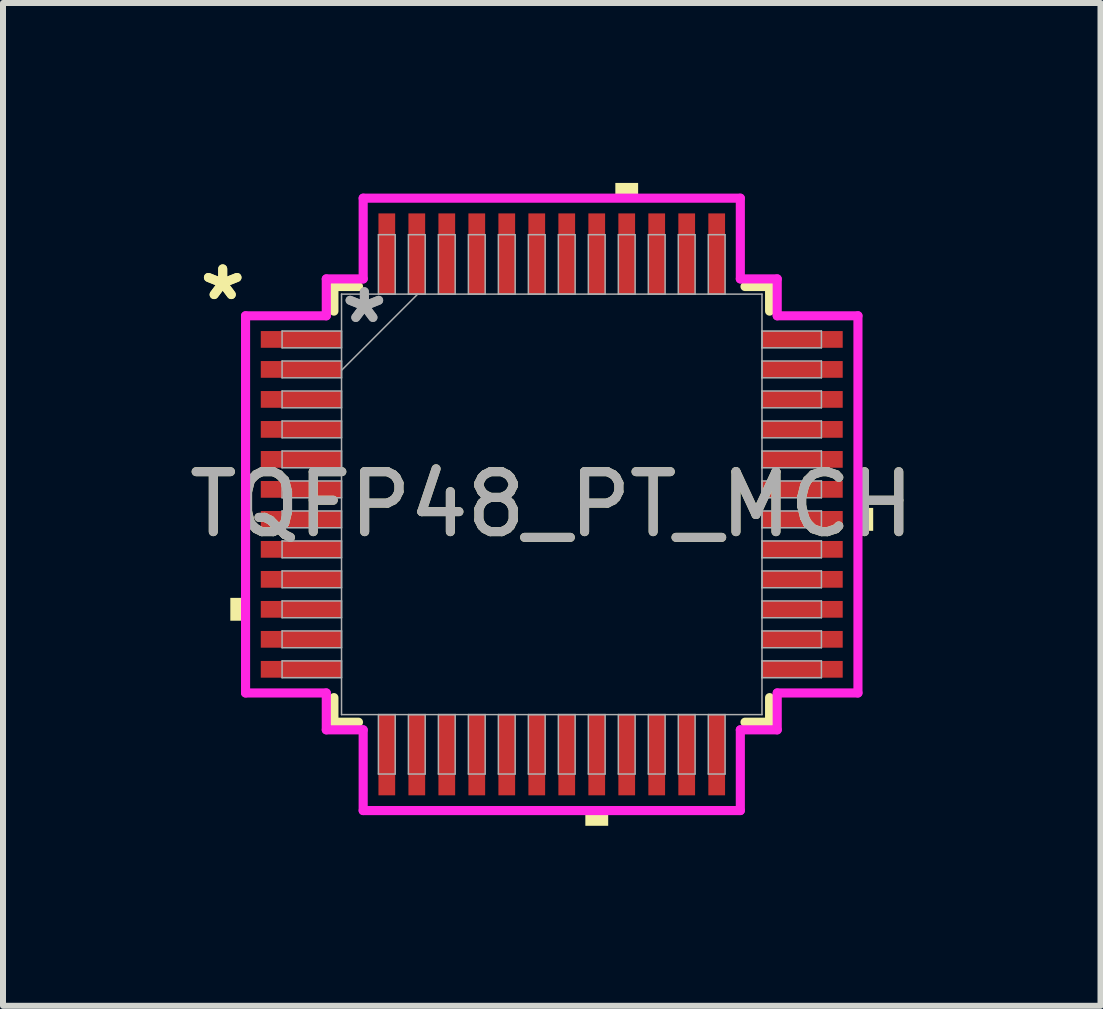
<source format=kicad_pcb>
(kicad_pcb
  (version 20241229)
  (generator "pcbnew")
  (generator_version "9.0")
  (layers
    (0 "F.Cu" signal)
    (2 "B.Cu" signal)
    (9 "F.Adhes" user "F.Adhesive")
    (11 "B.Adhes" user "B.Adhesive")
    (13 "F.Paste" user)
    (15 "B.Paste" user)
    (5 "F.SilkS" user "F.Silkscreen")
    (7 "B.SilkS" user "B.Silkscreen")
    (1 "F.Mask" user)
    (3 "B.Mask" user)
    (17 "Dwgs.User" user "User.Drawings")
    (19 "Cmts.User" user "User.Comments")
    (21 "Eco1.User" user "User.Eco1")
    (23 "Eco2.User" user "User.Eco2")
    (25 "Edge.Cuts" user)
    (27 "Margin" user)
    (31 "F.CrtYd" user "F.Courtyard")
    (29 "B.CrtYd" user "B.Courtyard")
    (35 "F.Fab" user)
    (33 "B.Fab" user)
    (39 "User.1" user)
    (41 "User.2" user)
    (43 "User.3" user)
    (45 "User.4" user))
  (footprint "TQFP48_PT_MCH"
    (layer "F.Cu")
    (at 6.149 5.359)
    (property "Reference" "TQFP48_PT_MCH" (at 0 0 0) (unlocked yes) (layer "F.SilkS") (effects (font (size 1 1) (thickness 0.15))))
    (attr smd)
    (fp_line (start -3.632 -3.632) (end -3.632 -3.222) (stroke (width 0.152) (type solid)) (layer "F.SilkS"))
    (fp_line (start -3.632 3.222) (end -3.632 3.632) (stroke (width 0.152) (type solid)) (layer "F.SilkS"))
    (fp_line (start -3.632 3.632) (end -3.222 3.632) (stroke (width 0.152) (type solid)) (layer "F.SilkS"))
    (fp_line (start -3.222 -3.632) (end -3.632 -3.632) (stroke (width 0.152) (type solid)) (layer "F.SilkS"))
    (fp_line (start 3.222 3.632) (end 3.632 3.632) (stroke (width 0.152) (type solid)) (layer "F.SilkS"))
    (fp_line (start 3.632 -3.632) (end 3.222 -3.632) (stroke (width 0.152) (type solid)) (layer "F.SilkS"))
    (fp_line (start 3.632 -3.222) (end 3.632 -3.632) (stroke (width 0.152) (type solid)) (layer "F.SilkS"))
    (fp_line (start 3.632 3.632) (end 3.632 3.222) (stroke (width 0.152) (type solid)) (layer "F.SilkS"))
    (fp_poly (pts (xy -5.359 1.559) (xy -5.359 1.94) (xy -5.105 1.94) (xy -5.105 1.559)) (stroke (width 0) (type solid)) (fill yes) (layer "F.SilkS"))
    (fp_poly (pts (xy 0.56 5.105) (xy 0.56 5.359) (xy 0.941 5.359) (xy 0.941 5.105)) (stroke (width 0) (type solid)) (fill yes) (layer "F.SilkS"))
    (fp_poly (pts (xy 1.06 -5.105) (xy 1.06 -5.359) (xy 1.44 -5.359) (xy 1.44 -5.105)) (stroke (width 0) (type solid)) (fill yes) (layer "F.SilkS"))
    (fp_poly (pts (xy 5.359 0.059) (xy 5.359 0.441) (xy 5.105 0.441) (xy 5.105 0.059)) (stroke (width 0) (type solid)) (fill yes) (layer "F.SilkS"))
    (fp_line (start -5.105 -3.144) (end -3.759 -3.144) (stroke (width 0.152) (type solid)) (layer "F.CrtYd"))
    (fp_line (start -5.105 3.144) (end -5.105 -3.144) (stroke (width 0.152) (type solid)) (layer "F.CrtYd"))
    (fp_line (start -3.759 -3.759) (end -3.144 -3.759) (stroke (width 0.152) (type solid)) (layer "F.CrtYd"))
    (fp_line (start -3.759 -3.144) (end -3.759 -3.759) (stroke (width 0.152) (type solid)) (layer "F.CrtYd"))
    (fp_line (start -3.759 3.144) (end -5.105 3.144) (stroke (width 0.152) (type solid)) (layer "F.CrtYd"))
    (fp_line (start -3.759 3.759) (end -3.759 3.144) (stroke (width 0.152) (type solid)) (layer "F.CrtYd"))
    (fp_line (start -3.759 3.759) (end -3.144 3.759) (stroke (width 0.152) (type solid)) (layer "F.CrtYd"))
    (fp_line (start -3.144 -5.105) (end 3.144 -5.105) (stroke (width 0.152) (type solid)) (layer "F.CrtYd"))
    (fp_line (start -3.144 -3.759) (end -3.144 -5.105) (stroke (width 0.152) (type solid)) (layer "F.CrtYd"))
    (fp_line (start -3.144 3.759) (end -3.144 5.105) (stroke (width 0.152) (type solid)) (layer "F.CrtYd"))
    (fp_line (start -3.144 5.105) (end 3.144 5.105) (stroke (width 0.152) (type solid)) (layer "F.CrtYd"))
    (fp_line (start 3.144 -5.105) (end 3.144 -3.759) (stroke (width 0.152) (type solid)) (layer "F.CrtYd"))
    (fp_line (start 3.144 -3.759) (end 3.759 -3.759) (stroke (width 0.152) (type solid)) (layer "F.CrtYd"))
    (fp_line (start 3.144 3.759) (end 3.759 3.759) (stroke (width 0.152) (type solid)) (layer "F.CrtYd"))
    (fp_line (start 3.144 5.105) (end 3.144 3.759) (stroke (width 0.152) (type solid)) (layer "F.CrtYd"))
    (fp_line (start 3.759 -3.144) (end 3.759 -3.759) (stroke (width 0.152) (type solid)) (layer "F.CrtYd"))
    (fp_line (start 3.759 3.144) (end 5.105 3.144) (stroke (width 0.152) (type solid)) (layer "F.CrtYd"))
    (fp_line (start 3.759 3.759) (end 3.759 3.144) (stroke (width 0.152) (type solid)) (layer "F.CrtYd"))
    (fp_line (start 5.105 -3.144) (end 3.759 -3.144) (stroke (width 0.152) (type solid)) (layer "F.CrtYd"))
    (fp_line (start 5.105 3.144) (end 5.105 -3.144) (stroke (width 0.152) (type solid)) (layer "F.CrtYd"))
    (fp_line (start -4.496 -2.89) (end -4.496 -2.61) (stroke (width 0.025) (type solid)) (layer "F.Fab"))
    (fp_line (start -4.496 -2.61) (end -3.505 -2.61) (stroke (width 0.025) (type solid)) (layer "F.Fab"))
    (fp_line (start -4.496 -2.39) (end -4.496 -2.11) (stroke (width 0.025) (type solid)) (layer "F.Fab"))
    (fp_line (start -4.496 -2.11) (end -3.505 -2.11) (stroke (width 0.025) (type solid)) (layer "F.Fab"))
    (fp_line (start -4.496 -1.89) (end -4.496 -1.61) (stroke (width 0.025) (type solid)) (layer "F.Fab"))
    (fp_line (start -4.496 -1.61) (end -3.505 -1.61) (stroke (width 0.025) (type solid)) (layer "F.Fab"))
    (fp_line (start -4.496 -1.39) (end -4.496 -1.11) (stroke (width 0.025) (type solid)) (layer "F.Fab"))
    (fp_line (start -4.496 -1.11) (end -3.505 -1.11) (stroke (width 0.025) (type solid)) (layer "F.Fab"))
    (fp_line (start -4.496 -0.89) (end -4.496 -0.61) (stroke (width 0.025) (type solid)) (layer "F.Fab"))
    (fp_line (start -4.496 -0.61) (end -3.505 -0.61) (stroke (width 0.025) (type solid)) (layer "F.Fab"))
    (fp_line (start -4.496 -0.39) (end -4.496 -0.11) (stroke (width 0.025) (type solid)) (layer "F.Fab"))
    (fp_line (start -4.496 -0.11) (end -3.505 -0.11) (stroke (width 0.025) (type solid)) (layer "F.Fab"))
    (fp_line (start -4.496 0.11) (end -4.496 0.39) (stroke (width 0.025) (type solid)) (layer "F.Fab"))
    (fp_line (start -4.496 0.39) (end -3.505 0.39) (stroke (width 0.025) (type solid)) (layer "F.Fab"))
    (fp_line (start -4.496 0.61) (end -4.496 0.89) (stroke (width 0.025) (type solid)) (layer "F.Fab"))
    (fp_line (start -4.496 0.89) (end -3.505 0.89) (stroke (width 0.025) (type solid)) (layer "F.Fab"))
    (fp_line (start -4.496 1.11) (end -4.496 1.39) (stroke (width 0.025) (type solid)) (layer "F.Fab"))
    (fp_line (start -4.496 1.39) (end -3.505 1.39) (stroke (width 0.025) (type solid)) (layer "F.Fab"))
    (fp_line (start -4.496 1.61) (end -4.496 1.89) (stroke (width 0.025) (type solid)) (layer "F.Fab"))
    (fp_line (start -4.496 1.89) (end -3.505 1.89) (stroke (width 0.025) (type solid)) (layer "F.Fab"))
    (fp_line (start -4.496 2.11) (end -4.496 2.39) (stroke (width 0.025) (type solid)) (layer "F.Fab"))
    (fp_line (start -4.496 2.39) (end -3.505 2.39) (stroke (width 0.025) (type solid)) (layer "F.Fab"))
    (fp_line (start -4.496 2.61) (end -4.496 2.89) (stroke (width 0.025) (type solid)) (layer "F.Fab"))
    (fp_line (start -4.496 2.89) (end -3.505 2.89) (stroke (width 0.025) (type solid)) (layer "F.Fab"))
    (fp_line (start -3.505 -3.505) (end -3.505 3.505) (stroke (width 0.025) (type solid)) (layer "F.Fab"))
    (fp_line (start -3.505 -2.89) (end -4.496 -2.89) (stroke (width 0.025) (type solid)) (layer "F.Fab"))
    (fp_line (start -3.505 -2.61) (end -3.505 -2.89) (stroke (width 0.025) (type solid)) (layer "F.Fab"))
    (fp_line (start -3.505 -2.39) (end -4.496 -2.39) (stroke (width 0.025) (type solid)) (layer "F.Fab"))
    (fp_line (start -3.505 -2.235) (end -2.235 -3.505) (stroke (width 0.025) (type solid)) (layer "F.Fab"))
    (fp_line (start -3.505 -2.11) (end -3.505 -2.39) (stroke (width 0.025) (type solid)) (layer "F.Fab"))
    (fp_line (start -3.505 -1.89) (end -4.496 -1.89) (stroke (width 0.025) (type solid)) (layer "F.Fab"))
    (fp_line (start -3.505 -1.61) (end -3.505 -1.89) (stroke (width 0.025) (type solid)) (layer "F.Fab"))
    (fp_line (start -3.505 -1.39) (end -4.496 -1.39) (stroke (width 0.025) (type solid)) (layer "F.Fab"))
    (fp_line (start -3.505 -1.11) (end -3.505 -1.39) (stroke (width 0.025) (type solid)) (layer "F.Fab"))
    (fp_line (start -3.505 -0.89) (end -4.496 -0.89) (stroke (width 0.025) (type solid)) (layer "F.Fab"))
    (fp_line (start -3.505 -0.61) (end -3.505 -0.89) (stroke (width 0.025) (type solid)) (layer "F.Fab"))
    (fp_line (start -3.505 -0.39) (end -4.496 -0.39) (stroke (width 0.025) (type solid)) (layer "F.Fab"))
    (fp_line (start -3.505 -0.11) (end -3.505 -0.39) (stroke (width 0.025) (type solid)) (layer "F.Fab"))
    (fp_line (start -3.505 0.11) (end -4.496 0.11) (stroke (width 0.025) (type solid)) (layer "F.Fab"))
    (fp_line (start -3.505 0.39) (end -3.505 0.11) (stroke (width 0.025) (type solid)) (layer "F.Fab"))
    (fp_line (start -3.505 0.61) (end -4.496 0.61) (stroke (width 0.025) (type solid)) (layer "F.Fab"))
    (fp_line (start -3.505 0.89) (end -3.505 0.61) (stroke (width 0.025) (type solid)) (layer "F.Fab"))
    (fp_line (start -3.505 1.11) (end -4.496 1.11) (stroke (width 0.025) (type solid)) (layer "F.Fab"))
    (fp_line (start -3.505 1.39) (end -3.505 1.11) (stroke (width 0.025) (type solid)) (layer "F.Fab"))
    (fp_line (start -3.505 1.61) (end -4.496 1.61) (stroke (width 0.025) (type solid)) (layer "F.Fab"))
    (fp_line (start -3.505 1.89) (end -3.505 1.61) (stroke (width 0.025) (type solid)) (layer "F.Fab"))
    (fp_line (start -3.505 2.11) (end -4.496 2.11) (stroke (width 0.025) (type solid)) (layer "F.Fab"))
    (fp_line (start -3.505 2.39) (end -3.505 2.11) (stroke (width 0.025) (type solid)) (layer "F.Fab"))
    (fp_line (start -3.505 2.61) (end -4.496 2.61) (stroke (width 0.025) (type solid)) (layer "F.Fab"))
    (fp_line (start -3.505 2.89) (end -3.505 2.61) (stroke (width 0.025) (type solid)) (layer "F.Fab"))
    (fp_line (start -3.505 3.505) (end 3.505 3.505) (stroke (width 0.025) (type solid)) (layer "F.Fab"))
    (fp_line (start -2.89 -4.496) (end -2.89 -3.505) (stroke (width 0.025) (type solid)) (layer "F.Fab"))
    (fp_line (start -2.89 -3.505) (end -2.61 -3.505) (stroke (width 0.025) (type solid)) (layer "F.Fab"))
    (fp_line (start -2.89 3.505) (end -2.89 4.496) (stroke (width 0.025) (type solid)) (layer "F.Fab"))
    (fp_line (start -2.89 4.496) (end -2.61 4.496) (stroke (width 0.025) (type solid)) (layer "F.Fab"))
    (fp_line (start -2.61 -4.496) (end -2.89 -4.496) (stroke (width 0.025) (type solid)) (layer "F.Fab"))
    (fp_line (start -2.61 -3.505) (end -2.61 -4.496) (stroke (width 0.025) (type solid)) (layer "F.Fab"))
    (fp_line (start -2.61 3.505) (end -2.89 3.505) (stroke (width 0.025) (type solid)) (layer "F.Fab"))
    (fp_line (start -2.61 4.496) (end -2.61 3.505) (stroke (width 0.025) (type solid)) (layer "F.Fab"))
    (fp_line (start -2.39 -4.496) (end -2.39 -3.505) (stroke (width 0.025) (type solid)) (layer "F.Fab"))
    (fp_line (start -2.39 -3.505) (end -2.11 -3.505) (stroke (width 0.025) (type solid)) (layer "F.Fab"))
    (fp_line (start -2.39 3.505) (end -2.39 4.496) (stroke (width 0.025) (type solid)) (layer "F.Fab"))
    (fp_line (start -2.39 4.496) (end -2.11 4.496) (stroke (width 0.025) (type solid)) (layer "F.Fab"))
    (fp_line (start -2.11 -4.496) (end -2.39 -4.496) (stroke (width 0.025) (type solid)) (layer "F.Fab"))
    (fp_line (start -2.11 -3.505) (end -2.11 -4.496) (stroke (width 0.025) (type solid)) (layer "F.Fab"))
    (fp_line (start -2.11 3.505) (end -2.39 3.505) (stroke (width 0.025) (type solid)) (layer "F.Fab"))
    (fp_line (start -2.11 4.496) (end -2.11 3.505) (stroke (width 0.025) (type solid)) (layer "F.Fab"))
    (fp_line (start -1.89 -4.496) (end -1.89 -3.505) (stroke (width 0.025) (type solid)) (layer "F.Fab"))
    (fp_line (start -1.89 -3.505) (end -1.61 -3.505) (stroke (width 0.025) (type solid)) (layer "F.Fab"))
    (fp_line (start -1.89 3.505) (end -1.89 4.496) (stroke (width 0.025) (type solid)) (layer "F.Fab"))
    (fp_line (start -1.89 4.496) (end -1.61 4.496) (stroke (width 0.025) (type solid)) (layer "F.Fab"))
    (fp_line (start -1.61 -4.496) (end -1.89 -4.496) (stroke (width 0.025) (type solid)) (layer "F.Fab"))
    (fp_line (start -1.61 -3.505) (end -1.61 -4.496) (stroke (width 0.025) (type solid)) (layer "F.Fab"))
    (fp_line (start -1.61 3.505) (end -1.89 3.505) (stroke (width 0.025) (type solid)) (layer "F.Fab"))
    (fp_line (start -1.61 4.496) (end -1.61 3.505) (stroke (width 0.025) (type solid)) (layer "F.Fab"))
    (fp_line (start -1.39 -4.496) (end -1.39 -3.505) (stroke (width 0.025) (type solid)) (layer "F.Fab"))
    (fp_line (start -1.39 -3.505) (end -1.11 -3.505) (stroke (width 0.025) (type solid)) (layer "F.Fab"))
    (fp_line (start -1.39 3.505) (end -1.39 4.496) (stroke (width 0.025) (type solid)) (layer "F.Fab"))
    (fp_line (start -1.39 4.496) (end -1.11 4.496) (stroke (width 0.025) (type solid)) (layer "F.Fab"))
    (fp_line (start -1.11 -4.496) (end -1.39 -4.496) (stroke (width 0.025) (type solid)) (layer "F.Fab"))
    (fp_line (start -1.11 -3.505) (end -1.11 -4.496) (stroke (width 0.025) (type solid)) (layer "F.Fab"))
    (fp_line (start -1.11 3.505) (end -1.39 3.505) (stroke (width 0.025) (type solid)) (layer "F.Fab"))
    (fp_line (start -1.11 4.496) (end -1.11 3.505) (stroke (width 0.025) (type solid)) (layer "F.Fab"))
    (fp_line (start -0.89 -4.496) (end -0.89 -3.505) (stroke (width 0.025) (type solid)) (layer "F.Fab"))
    (fp_line (start -0.89 -3.505) (end -0.61 -3.505) (stroke (width 0.025) (type solid)) (layer "F.Fab"))
    (fp_line (start -0.89 3.505) (end -0.89 4.496) (stroke (width 0.025) (type solid)) (layer "F.Fab"))
    (fp_line (start -0.89 4.496) (end -0.61 4.496) (stroke (width 0.025) (type solid)) (layer "F.Fab"))
    (fp_line (start -0.61 -4.496) (end -0.89 -4.496) (stroke (width 0.025) (type solid)) (layer "F.Fab"))
    (fp_line (start -0.61 -3.505) (end -0.61 -4.496) (stroke (width 0.025) (type solid)) (layer "F.Fab"))
    (fp_line (start -0.61 3.505) (end -0.89 3.505) (stroke (width 0.025) (type solid)) (layer "F.Fab"))
    (fp_line (start -0.61 4.496) (end -0.61 3.505) (stroke (width 0.025) (type solid)) (layer "F.Fab"))
    (fp_line (start -0.39 -4.496) (end -0.39 -3.505) (stroke (width 0.025) (type solid)) (layer "F.Fab"))
    (fp_line (start -0.39 -3.505) (end -0.11 -3.505) (stroke (width 0.025) (type solid)) (layer "F.Fab"))
    (fp_line (start -0.39 3.505) (end -0.39 4.496) (stroke (width 0.025) (type solid)) (layer "F.Fab"))
    (fp_line (start -0.39 4.496) (end -0.11 4.496) (stroke (width 0.025) (type solid)) (layer "F.Fab"))
    (fp_line (start -0.11 -4.496) (end -0.39 -4.496) (stroke (width 0.025) (type solid)) (layer "F.Fab"))
    (fp_line (start -0.11 -3.505) (end -0.11 -4.496) (stroke (width 0.025) (type solid)) (layer "F.Fab"))
    (fp_line (start -0.11 3.505) (end -0.39 3.505) (stroke (width 0.025) (type solid)) (layer "F.Fab"))
    (fp_line (start -0.11 4.496) (end -0.11 3.505) (stroke (width 0.025) (type solid)) (layer "F.Fab"))
    (fp_line (start 0.11 -4.496) (end 0.11 -3.505) (stroke (width 0.025) (type solid)) (layer "F.Fab"))
    (fp_line (start 0.11 -3.505) (end 0.39 -3.505) (stroke (width 0.025) (type solid)) (layer "F.Fab"))
    (fp_line (start 0.11 3.505) (end 0.11 4.496) (stroke (width 0.025) (type solid)) (layer "F.Fab"))
    (fp_line (start 0.11 4.496) (end 0.39 4.496) (stroke (width 0.025) (type solid)) (layer "F.Fab"))
    (fp_line (start 0.39 -4.496) (end 0.11 -4.496) (stroke (width 0.025) (type solid)) (layer "F.Fab"))
    (fp_line (start 0.39 -3.505) (end 0.39 -4.496) (stroke (width 0.025) (type solid)) (layer "F.Fab"))
    (fp_line (start 0.39 3.505) (end 0.11 3.505) (stroke (width 0.025) (type solid)) (layer "F.Fab"))
    (fp_line (start 0.39 4.496) (end 0.39 3.505) (stroke (width 0.025) (type solid)) (layer "F.Fab"))
    (fp_line (start 0.61 -4.496) (end 0.61 -3.505) (stroke (width 0.025) (type solid)) (layer "F.Fab"))
    (fp_line (start 0.61 -3.505) (end 0.89 -3.505) (stroke (width 0.025) (type solid)) (layer "F.Fab"))
    (fp_line (start 0.61 3.505) (end 0.61 4.496) (stroke (width 0.025) (type solid)) (layer "F.Fab"))
    (fp_line (start 0.61 4.496) (end 0.89 4.496) (stroke (width 0.025) (type solid)) (layer "F.Fab"))
    (fp_line (start 0.89 -4.496) (end 0.61 -4.496) (stroke (width 0.025) (type solid)) (layer "F.Fab"))
    (fp_line (start 0.89 -3.505) (end 0.89 -4.496) (stroke (width 0.025) (type solid)) (layer "F.Fab"))
    (fp_line (start 0.89 3.505) (end 0.61 3.505) (stroke (width 0.025) (type solid)) (layer "F.Fab"))
    (fp_line (start 0.89 4.496) (end 0.89 3.505) (stroke (width 0.025) (type solid)) (layer "F.Fab"))
    (fp_line (start 1.11 -4.496) (end 1.11 -3.505) (stroke (width 0.025) (type solid)) (layer "F.Fab"))
    (fp_line (start 1.11 -3.505) (end 1.39 -3.505) (stroke (width 0.025) (type solid)) (layer "F.Fab"))
    (fp_line (start 1.11 3.505) (end 1.11 4.496) (stroke (width 0.025) (type solid)) (layer "F.Fab"))
    (fp_line (start 1.11 4.496) (end 1.39 4.496) (stroke (width 0.025) (type solid)) (layer "F.Fab"))
    (fp_line (start 1.39 -4.496) (end 1.11 -4.496) (stroke (width 0.025) (type solid)) (layer "F.Fab"))
    (fp_line (start 1.39 -3.505) (end 1.39 -4.496) (stroke (width 0.025) (type solid)) (layer "F.Fab"))
    (fp_line (start 1.39 3.505) (end 1.11 3.505) (stroke (width 0.025) (type solid)) (layer "F.Fab"))
    (fp_line (start 1.39 4.496) (end 1.39 3.505) (stroke (width 0.025) (type solid)) (layer "F.Fab"))
    (fp_line (start 1.61 -4.496) (end 1.61 -3.505) (stroke (width 0.025) (type solid)) (layer "F.Fab"))
    (fp_line (start 1.61 -3.505) (end 1.89 -3.505) (stroke (width 0.025) (type solid)) (layer "F.Fab"))
    (fp_line (start 1.61 3.505) (end 1.61 4.496) (stroke (width 0.025) (type solid)) (layer "F.Fab"))
    (fp_line (start 1.61 4.496) (end 1.89 4.496) (stroke (width 0.025) (type solid)) (layer "F.Fab"))
    (fp_line (start 1.89 -4.496) (end 1.61 -4.496) (stroke (width 0.025) (type solid)) (layer "F.Fab"))
    (fp_line (start 1.89 -3.505) (end 1.89 -4.496) (stroke (width 0.025) (type solid)) (layer "F.Fab"))
    (fp_line (start 1.89 3.505) (end 1.61 3.505) (stroke (width 0.025) (type solid)) (layer "F.Fab"))
    (fp_line (start 1.89 4.496) (end 1.89 3.505) (stroke (width 0.025) (type solid)) (layer "F.Fab"))
    (fp_line (start 2.11 -4.496) (end 2.11 -3.505) (stroke (width 0.025) (type solid)) (layer "F.Fab"))
    (fp_line (start 2.11 -3.505) (end 2.39 -3.505) (stroke (width 0.025) (type solid)) (layer "F.Fab"))
    (fp_line (start 2.11 3.505) (end 2.11 4.496) (stroke (width 0.025) (type solid)) (layer "F.Fab"))
    (fp_line (start 2.11 4.496) (end 2.39 4.496) (stroke (width 0.025) (type solid)) (layer "F.Fab"))
    (fp_line (start 2.39 -4.496) (end 2.11 -4.496) (stroke (width 0.025) (type solid)) (layer "F.Fab"))
    (fp_line (start 2.39 -3.505) (end 2.39 -4.496) (stroke (width 0.025) (type solid)) (layer "F.Fab"))
    (fp_line (start 2.39 3.505) (end 2.11 3.505) (stroke (width 0.025) (type solid)) (layer "F.Fab"))
    (fp_line (start 2.39 4.496) (end 2.39 3.505) (stroke (width 0.025) (type solid)) (layer "F.Fab"))
    (fp_line (start 2.61 -4.496) (end 2.61 -3.505) (stroke (width 0.025) (type solid)) (layer "F.Fab"))
    (fp_line (start 2.61 -3.505) (end 2.89 -3.505) (stroke (width 0.025) (type solid)) (layer "F.Fab"))
    (fp_line (start 2.61 3.505) (end 2.61 4.496) (stroke (width 0.025) (type solid)) (layer "F.Fab"))
    (fp_line (start 2.61 4.496) (end 2.89 4.496) (stroke (width 0.025) (type solid)) (layer "F.Fab"))
    (fp_line (start 2.89 -4.496) (end 2.61 -4.496) (stroke (width 0.025) (type solid)) (layer "F.Fab"))
    (fp_line (start 2.89 -3.505) (end 2.89 -4.496) (stroke (width 0.025) (type solid)) (layer "F.Fab"))
    (fp_line (start 2.89 3.505) (end 2.61 3.505) (stroke (width 0.025) (type solid)) (layer "F.Fab"))
    (fp_line (start 2.89 4.496) (end 2.89 3.505) (stroke (width 0.025) (type solid)) (layer "F.Fab"))
    (fp_line (start 3.505 -3.505) (end -3.505 -3.505) (stroke (width 0.025) (type solid)) (layer "F.Fab"))
    (fp_line (start 3.505 -2.89) (end 3.505 -2.61) (stroke (width 0.025) (type solid)) (layer "F.Fab"))
    (fp_line (start 3.505 -2.61) (end 4.496 -2.61) (stroke (width 0.025) (type solid)) (layer "F.Fab"))
    (fp_line (start 3.505 -2.39) (end 3.505 -2.11) (stroke (width 0.025) (type solid)) (layer "F.Fab"))
    (fp_line (start 3.505 -2.11) (end 4.496 -2.11) (stroke (width 0.025) (type solid)) (layer "F.Fab"))
    (fp_line (start 3.505 -1.89) (end 3.505 -1.61) (stroke (width 0.025) (type solid)) (layer "F.Fab"))
    (fp_line (start 3.505 -1.61) (end 4.496 -1.61) (stroke (width 0.025) (type solid)) (layer "F.Fab"))
    (fp_line (start 3.505 -1.39) (end 3.505 -1.11) (stroke (width 0.025) (type solid)) (layer "F.Fab"))
    (fp_line (start 3.505 -1.11) (end 4.496 -1.11) (stroke (width 0.025) (type solid)) (layer "F.Fab"))
    (fp_line (start 3.505 -0.89) (end 3.505 -0.61) (stroke (width 0.025) (type solid)) (layer "F.Fab"))
    (fp_line (start 3.505 -0.61) (end 4.496 -0.61) (stroke (width 0.025) (type solid)) (layer "F.Fab"))
    (fp_line (start 3.505 -0.39) (end 3.505 -0.11) (stroke (width 0.025) (type solid)) (layer "F.Fab"))
    (fp_line (start 3.505 -0.11) (end 4.496 -0.11) (stroke (width 0.025) (type solid)) (layer "F.Fab"))
    (fp_line (start 3.505 0.11) (end 3.505 0.39) (stroke (width 0.025) (type solid)) (layer "F.Fab"))
    (fp_line (start 3.505 0.39) (end 4.496 0.39) (stroke (width 0.025) (type solid)) (layer "F.Fab"))
    (fp_line (start 3.505 0.61) (end 3.505 0.89) (stroke (width 0.025) (type solid)) (layer "F.Fab"))
    (fp_line (start 3.505 0.89) (end 4.496 0.89) (stroke (width 0.025) (type solid)) (layer "F.Fab"))
    (fp_line (start 3.505 1.11) (end 3.505 1.39) (stroke (width 0.025) (type solid)) (layer "F.Fab"))
    (fp_line (start 3.505 1.39) (end 4.496 1.39) (stroke (width 0.025) (type solid)) (layer "F.Fab"))
    (fp_line (start 3.505 1.61) (end 3.505 1.89) (stroke (width 0.025) (type solid)) (layer "F.Fab"))
    (fp_line (start 3.505 1.89) (end 4.496 1.89) (stroke (width 0.025) (type solid)) (layer "F.Fab"))
    (fp_line (start 3.505 2.11) (end 3.505 2.39) (stroke (width 0.025) (type solid)) (layer "F.Fab"))
    (fp_line (start 3.505 2.39) (end 4.496 2.39) (stroke (width 0.025) (type solid)) (layer "F.Fab"))
    (fp_line (start 3.505 2.61) (end 3.505 2.89) (stroke (width 0.025) (type solid)) (layer "F.Fab"))
    (fp_line (start 3.505 2.89) (end 4.496 2.89) (stroke (width 0.025) (type solid)) (layer "F.Fab"))
    (fp_line (start 3.505 3.505) (end 3.505 -3.505) (stroke (width 0.025) (type solid)) (layer "F.Fab"))
    (fp_line (start 4.496 -2.89) (end 3.505 -2.89) (stroke (width 0.025) (type solid)) (layer "F.Fab"))
    (fp_line (start 4.496 -2.61) (end 4.496 -2.89) (stroke (width 0.025) (type solid)) (layer "F.Fab"))
    (fp_line (start 4.496 -2.39) (end 3.505 -2.39) (stroke (width 0.025) (type solid)) (layer "F.Fab"))
    (fp_line (start 4.496 -2.11) (end 4.496 -2.39) (stroke (width 0.025) (type solid)) (layer "F.Fab"))
    (fp_line (start 4.496 -1.89) (end 3.505 -1.89) (stroke (width 0.025) (type solid)) (layer "F.Fab"))
    (fp_line (start 4.496 -1.61) (end 4.496 -1.89) (stroke (width 0.025) (type solid)) (layer "F.Fab"))
    (fp_line (start 4.496 -1.39) (end 3.505 -1.39) (stroke (width 0.025) (type solid)) (layer "F.Fab"))
    (fp_line (start 4.496 -1.11) (end 4.496 -1.39) (stroke (width 0.025) (type solid)) (layer "F.Fab"))
    (fp_line (start 4.496 -0.89) (end 3.505 -0.89) (stroke (width 0.025) (type solid)) (layer "F.Fab"))
    (fp_line (start 4.496 -0.61) (end 4.496 -0.89) (stroke (width 0.025) (type solid)) (layer "F.Fab"))
    (fp_line (start 4.496 -0.39) (end 3.505 -0.39) (stroke (width 0.025) (type solid)) (layer "F.Fab"))
    (fp_line (start 4.496 -0.11) (end 4.496 -0.39) (stroke (width 0.025) (type solid)) (layer "F.Fab"))
    (fp_line (start 4.496 0.11) (end 3.505 0.11) (stroke (width 0.025) (type solid)) (layer "F.Fab"))
    (fp_line (start 4.496 0.39) (end 4.496 0.11) (stroke (width 0.025) (type solid)) (layer "F.Fab"))
    (fp_line (start 4.496 0.61) (end 3.505 0.61) (stroke (width 0.025) (type solid)) (layer "F.Fab"))
    (fp_line (start 4.496 0.89) (end 4.496 0.61) (stroke (width 0.025) (type solid)) (layer "F.Fab"))
    (fp_line (start 4.496 1.11) (end 3.505 1.11) (stroke (width 0.025) (type solid)) (layer "F.Fab"))
    (fp_line (start 4.496 1.39) (end 4.496 1.11) (stroke (width 0.025) (type solid)) (layer "F.Fab"))
    (fp_line (start 4.496 1.61) (end 3.505 1.61) (stroke (width 0.025) (type solid)) (layer "F.Fab"))
    (fp_line (start 4.496 1.89) (end 4.496 1.61) (stroke (width 0.025) (type solid)) (layer "F.Fab"))
    (fp_line (start 4.496 2.11) (end 3.505 2.11) (stroke (width 0.025) (type solid)) (layer "F.Fab"))
    (fp_line (start 4.496 2.39) (end 4.496 2.11) (stroke (width 0.025) (type solid)) (layer "F.Fab"))
    (fp_line (start 4.496 2.61) (end 3.505 2.61) (stroke (width 0.025) (type solid)) (layer "F.Fab"))
    (fp_line (start 4.496 2.89) (end 4.496 2.61) (stroke (width 0.025) (type solid)) (layer "F.Fab"))
    (fp_text user "*" (at -5.486 -3.381 0) (layer "F.SilkS") (effects (font (size 1 1) (thickness 0.15))))
    (fp_text user "*" (at -5.486 -3.381 0) (unlocked yes) (layer "F.SilkS") (effects (font (size 1 1) (thickness 0.15))))
    (fp_text user "*" (at -3.124 -3 0) (layer "F.Fab") (effects (font (size 1 1) (thickness 0.15))))
    (fp_text user "*" (at -3.124 -3 0) (unlocked yes) (layer "F.Fab") (effects (font (size 1 1) (thickness 0.15))))
    (fp_text user "${REFERENCE}" (at 0 0 0) (unlocked yes) (layer "F.Fab") (effects (font (size 1 1) (thickness 0.15))))
    (pad "1" smd rect (at -4.178 -2.75 90) (size 0.279 1.346) (layers "F.Cu" "F.Mask" "F.Paste"))
    (pad "2" smd rect (at -4.178 -2.25 90) (size 0.279 1.346) (layers "F.Cu" "F.Mask" "F.Paste"))
    (pad "3" smd rect (at -4.178 -1.75 90) (size 0.279 1.346) (layers "F.Cu" "F.Mask" "F.Paste"))
    (pad "4" smd rect (at -4.178 -1.25 90) (size 0.279 1.346) (layers "F.Cu" "F.Mask" "F.Paste"))
    (pad "5" smd rect (at -4.178 -0.75 90) (size 0.279 1.346) (layers "F.Cu" "F.Mask" "F.Paste"))
    (pad "6" smd rect (at -4.178 -0.25 90) (size 0.279 1.346) (layers "F.Cu" "F.Mask" "F.Paste"))
    (pad "7" smd rect (at -4.178 0.25 90) (size 0.279 1.346) (layers "F.Cu" "F.Mask" "F.Paste"))
    (pad "8" smd rect (at -4.178 0.75 90) (size 0.279 1.346) (layers "F.Cu" "F.Mask" "F.Paste"))
    (pad "9" smd rect (at -4.178 1.25 90) (size 0.279 1.346) (layers "F.Cu" "F.Mask" "F.Paste"))
    (pad "10" smd rect (at -4.178 1.75 90) (size 0.279 1.346) (layers "F.Cu" "F.Mask" "F.Paste"))
    (pad "11" smd rect (at -4.178 2.25 90) (size 0.279 1.346) (layers "F.Cu" "F.Mask" "F.Paste"))
    (pad "12" smd rect (at -4.178 2.75 90) (size 0.279 1.346) (layers "F.Cu" "F.Mask" "F.Paste"))
    (pad "13" smd rect (at -2.75 4.178) (size 0.279 1.346) (layers "F.Cu" "F.Mask" "F.Paste"))
    (pad "14" smd rect (at -2.25 4.178) (size 0.279 1.346) (layers "F.Cu" "F.Mask" "F.Paste"))
    (pad "15" smd rect (at -1.75 4.178) (size 0.279 1.346) (layers "F.Cu" "F.Mask" "F.Paste"))
    (pad "16" smd rect (at -1.25 4.178) (size 0.279 1.346) (layers "F.Cu" "F.Mask" "F.Paste"))
    (pad "17" smd rect (at -0.75 4.178) (size 0.279 1.346) (layers "F.Cu" "F.Mask" "F.Paste"))
    (pad "18" smd rect (at -0.25 4.178) (size 0.279 1.346) (layers "F.Cu" "F.Mask" "F.Paste"))
    (pad "19" smd rect (at 0.25 4.178) (size 0.279 1.346) (layers "F.Cu" "F.Mask" "F.Paste"))
    (pad "20" smd rect (at 0.75 4.178) (size 0.279 1.346) (layers "F.Cu" "F.Mask" "F.Paste"))
    (pad "21" smd rect (at 1.25 4.178) (size 0.279 1.346) (layers "F.Cu" "F.Mask" "F.Paste"))
    (pad "22" smd rect (at 1.75 4.178) (size 0.279 1.346) (layers "F.Cu" "F.Mask" "F.Paste"))
    (pad "23" smd rect (at 2.25 4.178) (size 0.279 1.346) (layers "F.Cu" "F.Mask" "F.Paste"))
    (pad "24" smd rect (at 2.75 4.178) (size 0.279 1.346) (layers "F.Cu" "F.Mask" "F.Paste"))
    (pad "25" smd rect (at 4.178 2.75 90) (size 0.279 1.346) (layers "F.Cu" "F.Mask" "F.Paste"))
    (pad "26" smd rect (at 4.178 2.25 90) (size 0.279 1.346) (layers "F.Cu" "F.Mask" "F.Paste"))
    (pad "27" smd rect (at 4.178 1.75 90) (size 0.279 1.346) (layers "F.Cu" "F.Mask" "F.Paste"))
    (pad "28" smd rect (at 4.178 1.25 90) (size 0.279 1.346) (layers "F.Cu" "F.Mask" "F.Paste"))
    (pad "29" smd rect (at 4.178 0.75 90) (size 0.279 1.346) (layers "F.Cu" "F.Mask" "F.Paste"))
    (pad "30" smd rect (at 4.178 0.25 90) (size 0.279 1.346) (layers "F.Cu" "F.Mask" "F.Paste"))
    (pad "31" smd rect (at 4.178 -0.25 90) (size 0.279 1.346) (layers "F.Cu" "F.Mask" "F.Paste"))
    (pad "32" smd rect (at 4.178 -0.75 90) (size 0.279 1.346) (layers "F.Cu" "F.Mask" "F.Paste"))
    (pad "33" smd rect (at 4.178 -1.25 90) (size 0.279 1.346) (layers "F.Cu" "F.Mask" "F.Paste"))
    (pad "34" smd rect (at 4.178 -1.75 90) (size 0.279 1.346) (layers "F.Cu" "F.Mask" "F.Paste"))
    (pad "35" smd rect (at 4.178 -2.25 90) (size 0.279 1.346) (layers "F.Cu" "F.Mask" "F.Paste"))
    (pad "36" smd rect (at 4.178 -2.75 90) (size 0.279 1.346) (layers "F.Cu" "F.Mask" "F.Paste"))
    (pad "37" smd rect (at 2.75 -4.178) (size 0.279 1.346) (layers "F.Cu" "F.Mask" "F.Paste"))
    (pad "38" smd rect (at 2.25 -4.178) (size 0.279 1.346) (layers "F.Cu" "F.Mask" "F.Paste"))
    (pad "39" smd rect (at 1.75 -4.178) (size 0.279 1.346) (layers "F.Cu" "F.Mask" "F.Paste"))
    (pad "40" smd rect (at 1.25 -4.178) (size 0.279 1.346) (layers "F.Cu" "F.Mask" "F.Paste"))
    (pad "41" smd rect (at 0.75 -4.178) (size 0.279 1.346) (layers "F.Cu" "F.Mask" "F.Paste"))
    (pad "42" smd rect (at 0.25 -4.178) (size 0.279 1.346) (layers "F.Cu" "F.Mask" "F.Paste"))
    (pad "43" smd rect (at -0.25 -4.178) (size 0.279 1.346) (layers "F.Cu" "F.Mask" "F.Paste"))
    (pad "44" smd rect (at -0.75 -4.178) (size 0.279 1.346) (layers "F.Cu" "F.Mask" "F.Paste"))
    (pad "45" smd rect (at -1.25 -4.178) (size 0.279 1.346) (layers "F.Cu" "F.Mask" "F.Paste"))
    (pad "46" smd rect (at -1.75 -4.178) (size 0.279 1.346) (layers "F.Cu" "F.Mask" "F.Paste"))
    (pad "47" smd rect (at -2.25 -4.178) (size 0.279 1.346) (layers "F.Cu" "F.Mask" "F.Paste"))
    (pad "48" smd rect (at -2.75 -4.178) (size 0.279 1.346) (layers "F.Cu" "F.Mask" "F.Paste")))
  (gr_rect
    (start -3 -3)
    (end 15.298 13.719)
    (stroke (width 0.1) (type default))
    (fill no)
    (layer "Edge.Cuts")))
</source>
